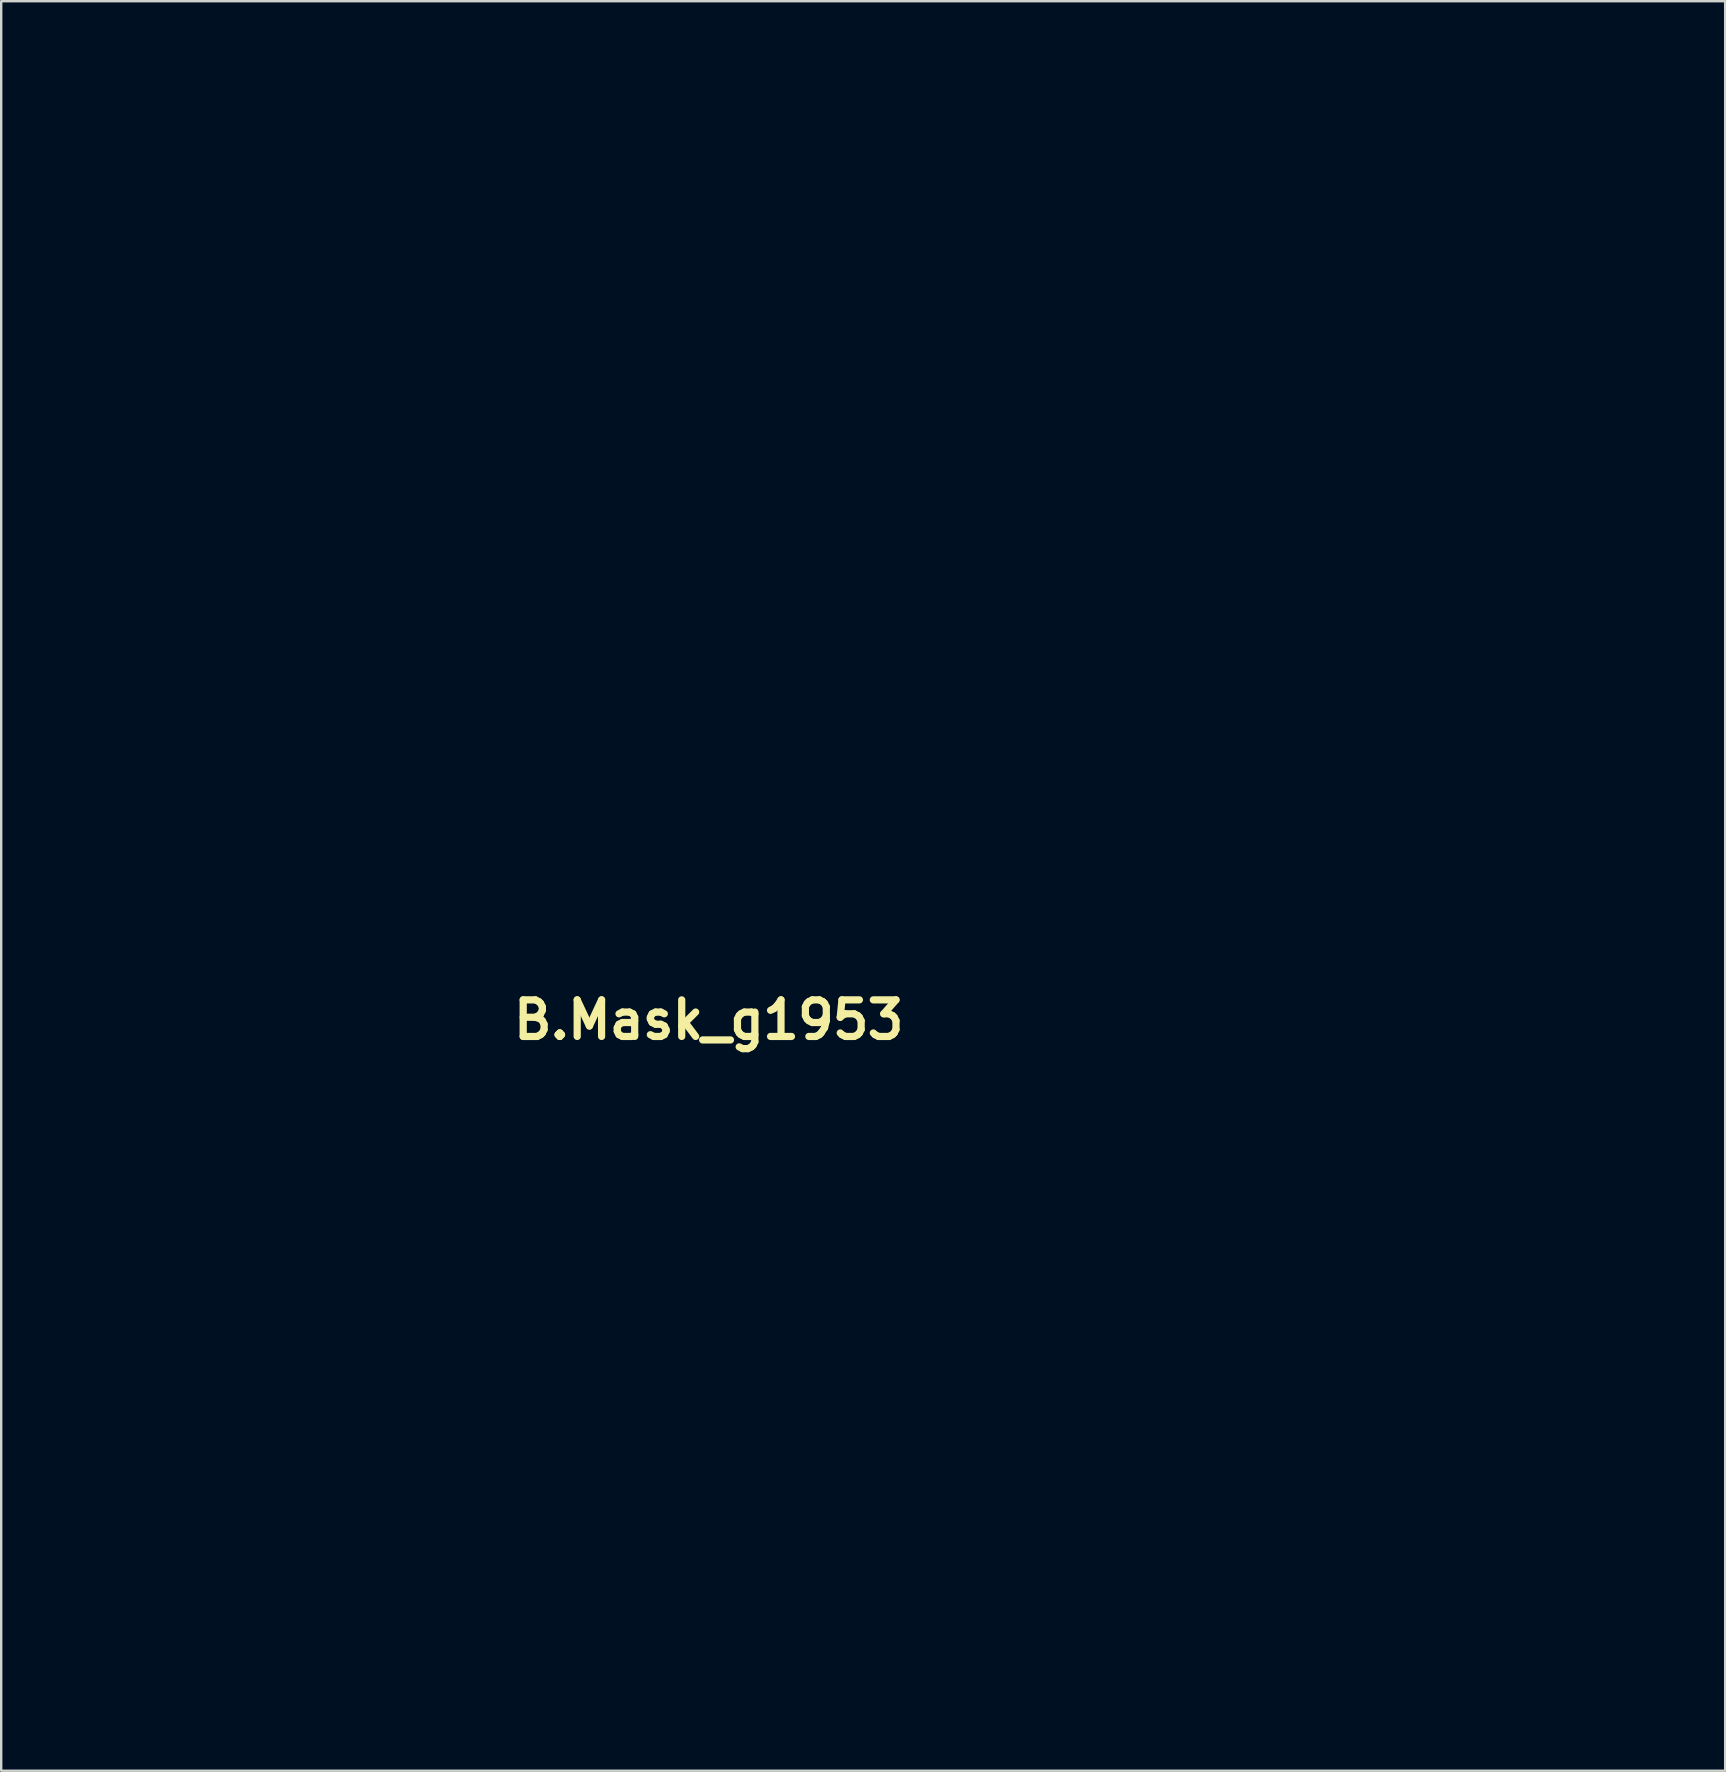
<source format=kicad_pcb>
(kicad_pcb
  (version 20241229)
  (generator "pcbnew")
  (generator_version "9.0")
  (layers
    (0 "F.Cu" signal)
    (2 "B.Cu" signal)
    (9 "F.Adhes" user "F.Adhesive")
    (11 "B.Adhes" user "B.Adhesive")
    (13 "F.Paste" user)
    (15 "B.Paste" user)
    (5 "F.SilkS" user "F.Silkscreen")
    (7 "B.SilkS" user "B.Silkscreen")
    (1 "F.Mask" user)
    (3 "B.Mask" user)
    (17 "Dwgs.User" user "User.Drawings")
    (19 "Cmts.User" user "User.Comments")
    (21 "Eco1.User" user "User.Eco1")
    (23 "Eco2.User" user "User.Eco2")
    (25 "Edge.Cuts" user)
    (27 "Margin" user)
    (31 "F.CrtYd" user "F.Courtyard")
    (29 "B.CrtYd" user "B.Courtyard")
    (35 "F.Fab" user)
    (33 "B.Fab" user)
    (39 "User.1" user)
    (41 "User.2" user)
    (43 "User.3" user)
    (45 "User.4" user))
  (footprint "B.Mask_g1953"
    (layer "F.Cu")
    (at 26.476 39.44)
    (property "Reference" "B.Mask_g1953" (at 0 0 0) (layer "F.SilkS") (effects (font (size 1.524 1.524) (thickness 0.3))))
    (attr through_hole)
    (fp_poly (pts (xy 8.66 -39.398) (xy 9.41 -39.222) (xy 9.44 -39.212) (xy 10.206 -38.87) (xy 11.028 -38.376) (xy 11.9 -37.735) (xy 12.816 -36.954) (xy 13.768 -36.039) (xy 14.752 -34.994) (xy 15.761 -33.826) (xy 16.789 -32.54) (xy 17.229 -31.962) (xy 17.724 -31.295) (xy 18.137 -30.724) (xy 18.495 -30.209) (xy 18.82 -29.715) (xy 19.137 -29.203) (xy 19.471 -28.635) (xy 19.847 -27.974) (xy 19.937 -27.813) (xy 20.234 -27.298) (xy 20.574 -26.732) (xy 20.918 -26.178) (xy 21.228 -25.699) (xy 21.275 -25.629) (xy 21.513 -25.272) (xy 21.71 -24.968) (xy 21.849 -24.745) (xy 21.915 -24.625) (xy 21.918 -24.613) (xy 21.831 -24.569) (xy 21.637 -24.471) (xy 21.395 -24.35) (xy 20.86 -23.99) (xy 20.419 -23.503) (xy 20.081 -22.905) (xy 19.855 -22.214) (xy 19.748 -21.45) (xy 19.748 -20.918) (xy 19.829 -20.219) (xy 20.002 -19.632) (xy 20.282 -19.121) (xy 20.556 -18.781) (xy 20.791 -18.485) (xy 21.022 -18.136) (xy 21.125 -17.949) (xy 21.406 -17.432) (xy 21.751 -16.877) (xy 22.173 -16.265) (xy 22.686 -15.575) (xy 23.304 -14.789) (xy 23.409 -14.658) (xy 24.09 -13.812) (xy 24.676 -13.081) (xy 25.179 -12.447) (xy 25.613 -11.893) (xy 25.989 -11.403) (xy 26.322 -10.961) (xy 26.623 -10.55) (xy 26.905 -10.152) (xy 27.182 -9.753) (xy 27.336 -9.525) (xy 28.316 -8.021) (xy 29.229 -6.508) (xy 30.092 -4.954) (xy 30.925 -3.323) (xy 31.744 -1.585) (xy 32.405 -0.085) (xy 32.632 0.451) (xy 32.866 1.014) (xy 33.099 1.583) (xy 33.322 2.133) (xy 33.524 2.642) (xy 33.697 3.088) (xy 33.832 3.446) (xy 33.92 3.694) (xy 33.951 3.809) (xy 33.915 3.854) (xy 33.794 3.895) (xy 33.572 3.934) (xy 33.234 3.972) (xy 32.762 4.013) (xy 32.14 4.058) (xy 32.004 4.067) (xy 31.141 4.141) (xy 30.437 4.234) (xy 29.884 4.348) (xy 29.472 4.486) (xy 29.375 4.532) (xy 29.1 4.722) (xy 28.782 5.013) (xy 28.461 5.361) (xy 28.181 5.721) (xy 27.982 6.047) (xy 27.981 6.05) (xy 27.734 6.649) (xy 27.586 7.261) (xy 27.523 7.946) (xy 27.518 8.213) (xy 27.598 9.275) (xy 27.839 10.285) (xy 28.24 11.24) (xy 28.798 12.135) (xy 29.337 12.785) (xy 29.562 13.035) (xy 29.855 13.374) (xy 30.178 13.756) (xy 30.494 14.137) (xy 30.495 14.139) (xy 30.731 14.424) (xy 31.059 14.812) (xy 31.459 15.28) (xy 31.911 15.805) (xy 32.394 16.364) (xy 32.89 16.934) (xy 33.148 17.23) (xy 34.156 18.392) (xy 35.05 19.448) (xy 35.835 20.406) (xy 36.519 21.276) (xy 37.111 22.07) (xy 37.615 22.796) (xy 38.041 23.465) (xy 38.395 24.086) (xy 38.685 24.671) (xy 38.916 25.227) (xy 38.918 25.231) (xy 39.094 25.762) (xy 39.227 26.29) (xy 39.312 26.777) (xy 39.342 27.189) (xy 39.311 27.49) (xy 39.296 27.538) (xy 39.172 27.711) (xy 39.013 27.77) (xy 38.873 27.704) (xy 38.822 27.61) (xy 38.736 27.47) (xy 38.562 27.267) (xy 38.372 27.076) (xy 37.79 26.616) (xy 37.066 26.182) (xy 36.225 25.784) (xy 35.294 25.431) (xy 34.299 25.133) (xy 33.266 24.899) (xy 32.222 24.74) (xy 32.018 24.719) (xy 30.933 24.674) (xy 29.894 24.751) (xy 28.92 24.948) (xy 28.033 25.257) (xy 27.251 25.676) (xy 26.918 25.916) (xy 26.699 26.088) (xy 26.165 25.565) (xy 25.471 24.96) (xy 24.786 24.515) (xy 24.093 24.224) (xy 23.376 24.079) (xy 22.702 24.069) (xy 22.243 24.119) (xy 21.733 24.209) (xy 21.282 24.318) (xy 21.271 24.322) (xy 20.571 24.529) (xy 20.278 24.131) (xy 19.738 23.503) (xy 19.162 23.039) (xy 18.555 22.74) (xy 17.922 22.606) (xy 17.268 22.638) (xy 16.597 22.837) (xy 15.916 23.205) (xy 15.798 23.285) (xy 15.508 23.483) (xy 15.324 23.586) (xy 15.217 23.603) (xy 15.159 23.541) (xy 15.133 23.461) (xy 15.001 23.26) (xy 14.741 23.093) (xy 14.396 22.985) (xy 14.274 22.966) (xy 14.085 22.953) (xy 13.932 22.977) (xy 13.772 23.058) (xy 13.562 23.217) (xy 13.354 23.391) (xy 13.066 23.62) (xy 12.802 23.781) (xy 12.521 23.886) (xy 12.184 23.947) (xy 11.75 23.976) (xy 11.309 23.984) (xy 10.891 23.966) (xy 10.542 23.894) (xy 10.201 23.764) (xy 9.83 23.619) (xy 9.403 23.483) (xy 9.123 23.409) (xy 8.688 23.301) (xy 8.355 23.186) (xy 8.059 23.036) (xy 7.732 22.824) (xy 7.668 22.779) (xy 7.404 22.609) (xy 7.166 22.513) (xy 6.879 22.465) (xy 6.671 22.45) (xy 6.224 22.448) (xy 5.804 22.502) (xy 5.365 22.625) (xy 4.858 22.828) (xy 4.572 22.959) (xy 3.903 23.241) (xy 3.197 23.476) (xy 2.499 23.654) (xy 1.86 23.761) (xy 1.439 23.788) (xy 1.127 23.775) (xy 0.81 23.732) (xy 0.461 23.651) (xy 0.051 23.522) (xy -0.448 23.339) (xy -1.065 23.093) (xy -1.228 23.027) (xy -1.617 22.878) (xy -1.94 22.792) (xy -2.276 22.751) (xy -2.625 22.741) (xy -3.008 22.745) (xy -3.292 22.775) (xy -3.547 22.845) (xy -3.841 22.969) (xy -3.918 23.005) (xy -4.509 23.362) (xy -4.976 23.765) (xy -5.461 24.253) (xy -6.816 24.255) (xy -7.331 24.257) (xy -7.71 24.265) (xy -7.986 24.283) (xy -8.191 24.314) (xy -8.359 24.362) (xy -8.522 24.432) (xy -8.594 24.467) (xy -9.113 24.803) (xy -9.567 25.272) (xy -9.971 25.888) (xy -10.037 26.012) (xy -10.378 26.666) (xy -10.84 26.284) (xy -11.465 25.836) (xy -12.072 25.545) (xy -12.676 25.412) (xy -13.293 25.435) (xy -13.937 25.614) (xy -14.625 25.95) (xy -15.019 26.196) (xy -15.721 26.663) (xy -16.391 26.374) (xy -17.181 26.071) (xy -17.876 25.895) (xy -18.494 25.848) (xy -19.054 25.932) (xy -19.576 26.151) (xy -20.08 26.506) (xy -20.5 26.909) (xy -21.04 27.485) (xy -22.352 27.681) (xy -22.938 27.771) (xy -23.615 27.876) (xy -24.306 27.987) (xy -24.935 28.09) (xy -25.047 28.108) (xy -25.587 28.195) (xy -25.979 28.25) (xy -26.244 28.275) (xy -26.401 28.271) (xy -26.467 28.241) (xy -26.471 28.234) (xy -26.446 28.13) (xy -26.352 27.896) (xy -26.2 27.556) (xy -26 27.128) (xy -25.762 26.636) (xy -25.496 26.099) (xy -25.214 25.538) (xy -24.924 24.976) (xy -24.638 24.432) (xy -24.366 23.929) (xy -24.36 23.918) (xy -23.438 22.296) (xy -22.471 20.702) (xy -21.484 19.173) (xy -20.501 17.746) (xy -19.875 16.891) (xy -19.322 16.165) (xy -18.831 15.541) (xy -18.369 14.981) (xy -17.904 14.448) (xy -17.403 13.902) (xy -16.833 13.306) (xy -16.772 13.242) (xy -16.146 12.575) (xy -15.639 11.978) (xy -15.23 11.423) (xy -14.898 10.884) (xy -14.643 10.377) (xy -14.336 9.532) (xy -14.174 8.69) (xy -14.152 7.868) (xy -14.264 7.082) (xy -14.506 6.349) (xy -14.871 5.686) (xy -15.355 5.109) (xy -15.953 4.635) (xy -16.546 4.326) (xy -16.856 4.219) (xy -17.286 4.101) (xy -17.792 3.98) (xy -18.333 3.865) (xy -18.863 3.765) (xy -19.34 3.689) (xy -19.719 3.647) (xy -19.864 3.641) (xy -20.04 3.599) (xy -20.116 3.525) (xy -20.102 3.388) (xy -20.016 3.118) (xy -19.901 2.824) (xy -9.374 2.824) (xy -9.359 3.007) (xy -9.32 3.252) (xy -9.255 3.424) (xy -9.13 3.574) (xy -8.91 3.755) (xy -8.821 3.823) (xy -8.544 4.045) (xy -8.293 4.267) (xy -8.136 4.428) (xy -7.95 4.611) (xy -7.689 4.825) (xy -7.504 4.959) (xy -7.246 5.164) (xy -7.035 5.387) (xy -6.945 5.524) (xy -6.82 5.72) (xy -6.646 5.806) (xy -6.504 5.826) (xy -6.27 5.874) (xy -6.105 5.96) (xy -6.092 5.974) (xy -5.935 6.057) (xy -5.671 6.095) (xy -5.617 6.096) (xy -5.426 6.111) (xy -5.228 6.165) (xy -4.988 6.276) (xy -4.669 6.457) (xy -4.396 6.625) (xy -4.039 6.851) (xy -3.714 7.062) (xy -3.462 7.233) (xy -3.331 7.327) (xy -3.113 7.501) (xy -3.216 8.707) (xy -3.25 9.17) (xy -3.27 9.599) (xy -3.275 9.952) (xy -3.264 10.189) (xy -3.259 10.227) (xy -3.221 10.492) (xy -3.19 10.833) (xy -3.178 11.051) (xy -3.127 11.481) (xy -3.011 12.011) (xy -2.847 12.593) (xy -2.648 13.176) (xy -2.429 13.713) (xy -2.255 14.068) (xy -2.015 14.45) (xy -1.696 14.873) (xy -1.33 15.304) (xy -0.946 15.711) (xy -0.573 16.062) (xy -0.242 16.325) (xy -0.058 16.436) (xy 0.142 16.543) (xy 0.267 16.656) (xy 0.352 16.824) (xy 0.431 17.098) (xy 0.451 17.176) (xy 0.536 17.571) (xy 0.61 17.996) (xy 0.644 18.259) (xy 0.668 18.548) (xy 0.66 18.718) (xy 0.606 18.814) (xy 0.497 18.886) (xy 0.216 19.094) (xy 0.102 19.33) (xy 0.155 19.594) (xy 0.261 19.76) (xy 0.438 19.985) (xy 0.24 20.149) (xy 0.082 20.267) (xy -0.018 20.317) (xy -0.112 20.386) (xy -0.262 20.561) (xy -0.439 20.8) (xy -0.614 21.063) (xy -0.758 21.307) (xy -0.843 21.492) (xy -0.846 21.504) (xy -0.86 21.835) (xy -0.742 22.193) (xy -0.518 22.538) (xy -0.212 22.832) (xy 0.15 23.038) (xy 0.158 23.041) (xy 0.796 23.198) (xy 1.526 23.222) (xy 2.337 23.113) (xy 3.218 22.874) (xy 4.155 22.507) (xy 4.465 22.357) (xy 4.663 22.221) (xy 4.8 22.056) (xy 4.9 21.872) (xy 5.028 21.44) (xy 5.025 20.987) (xy 4.893 20.574) (xy 4.852 20.502) (xy 4.78 20.359) (xy 4.801 20.244) (xy 4.931 20.089) (xy 4.945 20.074) (xy 5.112 19.861) (xy 5.149 19.672) (xy 5.056 19.453) (xy 4.959 19.312) (xy 4.824 19.068) (xy 4.825 18.86) (xy 4.971 18.667) (xy 5.272 18.467) (xy 5.343 18.429) (xy 5.659 18.283) (xy 5.919 18.222) (xy 6.198 18.225) (xy 6.471 18.285) (xy 6.78 18.403) (xy 7.081 18.557) (xy 7.335 18.723) (xy 7.497 18.878) (xy 7.535 18.968) (xy 7.477 19.117) (xy 7.337 19.292) (xy 7.324 19.304) (xy 7.148 19.569) (xy 7.131 19.866) (xy 7.276 20.167) (xy 7.283 20.176) (xy 7.454 20.393) (xy 7.23 20.618) (xy 7.096 20.774) (xy 7.04 20.929) (xy 7.044 21.155) (xy 7.055 21.264) (xy 7.122 21.58) (xy 7.23 21.875) (xy 7.277 21.963) (xy 7.492 22.205) (xy 7.825 22.454) (xy 8.227 22.682) (xy 8.649 22.862) (xy 8.955 22.949) (xy 9.322 23.046) (xy 9.704 23.178) (xy 9.861 23.244) (xy 10.341 23.391) (xy 10.901 23.448) (xy 11.476 23.409) (xy 11.731 23.358) (xy 12.135 23.186) (xy 12.442 22.892) (xy 12.665 22.463) (xy 12.737 22.232) (xy 12.823 21.705) (xy 12.768 21.254) (xy 12.568 20.853) (xy 12.504 20.768) (xy 12.261 20.397) (xy 12.159 20.038) (xy 12.167 19.74) (xy 12.165 19.385) (xy 12.074 19.067) (xy 11.914 18.84) (xy 11.845 18.792) (xy 11.684 18.615) (xy 11.618 18.331) (xy 11.644 17.969) (xy 11.76 17.558) (xy 11.96 17.129) (xy 12.043 16.99) (xy 12.412 16.453) (xy 12.76 16.05) (xy 13.116 15.75) (xy 13.483 15.536) (xy 13.744 15.395) (xy 13.974 15.229) (xy 14.192 15.016) (xy 14.416 14.732) (xy 14.667 14.354) (xy 14.964 13.858) (xy 15.13 13.569) (xy 15.447 12.993) (xy 15.68 12.512) (xy 15.841 12.084) (xy 15.942 11.665) (xy 15.995 11.211) (xy 16.012 10.678) (xy 16.012 10.429) (xy 16.006 10.007) (xy 15.997 9.648) (xy 15.985 9.385) (xy 15.971 9.251) (xy 15.968 9.242) (xy 15.951 9.138) (xy 15.932 8.903) (xy 15.916 8.578) (xy 15.907 8.339) (xy 15.882 7.493) (xy 16.34 7.218) (xy 16.732 7.023) (xy 17.074 6.946) (xy 17.156 6.943) (xy 17.493 6.892) (xy 17.775 6.722) (xy 18.01 6.569) (xy 18.215 6.547) (xy 18.244 6.554) (xy 18.45 6.557) (xy 18.719 6.503) (xy 18.814 6.472) (xy 19.095 6.378) (xy 19.453 6.27) (xy 19.738 6.191) (xy 20.162 6.064) (xy 20.457 5.925) (xy 20.661 5.744) (xy 20.814 5.492) (xy 20.898 5.292) (xy 21.041 4.82) (xy 21.067 4.41) (xy 20.973 4) (xy 20.823 3.658) (xy 20.555 3.225) (xy 20.246 2.942) (xy 19.871 2.793) (xy 19.497 2.758) (xy 19.05 2.758) (xy 19.05 2.475) (xy 18.995 2.132) (xy 18.848 1.833) (xy 18.639 1.616) (xy 18.396 1.525) (xy 18.373 1.524) (xy 18.269 1.579) (xy 18.082 1.723) (xy 17.853 1.926) (xy 17.83 1.947) (xy 17.586 2.169) (xy 17.406 2.296) (xy 17.235 2.355) (xy 17.019 2.37) (xy 16.951 2.371) (xy 16.633 2.395) (xy 16.404 2.484) (xy 16.283 2.574) (xy 16.047 2.777) (xy 15.821 1.859) (xy 15.692 1.397) (xy 15.533 0.914) (xy 15.368 0.483) (xy 15.284 0.294) (xy 15.134 -0.023) (xy 15.05 -0.233) (xy 15.023 -0.384) (xy 15.045 -0.521) (xy 15.107 -0.686) (xy 15.221 -1.036) (xy 15.237 -1.318) (xy 15.141 -1.577) (xy 14.923 -1.86) (xy 14.766 -2.024) (xy 14.53 -2.268) (xy 14.338 -2.481) (xy 14.225 -2.625) (xy 14.216 -2.64) (xy 14.146 -2.932) (xy 14.177 -3.348) (xy 14.31 -3.877) (xy 14.315 -3.895) (xy 14.426 -4.364) (xy 14.506 -4.958) (xy 14.538 -5.401) (xy 14.563 -5.823) (xy 14.59 -6.1) (xy 14.624 -6.26) (xy 14.67 -6.327) (xy 14.716 -6.333) (xy 14.813 -6.231) (xy 14.908 -5.962) (xy 14.964 -5.715) (xy 15.084 -5.234) (xy 15.236 -4.877) (xy 15.447 -4.601) (xy 15.721 -4.373) (xy 16.156 -4.157) (xy 16.599 -4.091) (xy 17.024 -4.161) (xy 17.405 -4.351) (xy 17.715 -4.647) (xy 17.929 -5.033) (xy 18.021 -5.494) (xy 18.017 -5.709) (xy 17.9 -6.213) (xy 17.648 -6.62) (xy 17.276 -6.918) (xy 16.793 -7.095) (xy 16.557 -7.131) (xy 16.444 -7.157) (xy 16.334 -7.227) (xy 16.206 -7.364) (xy 16.041 -7.591) (xy 15.818 -7.932) (xy 15.7 -8.119) (xy 15.277 -8.732) (xy 14.787 -9.344) (xy 14.263 -9.92) (xy 13.739 -10.424) (xy 13.249 -10.818) (xy 13.166 -10.875) (xy 12.311 -11.371) (xy 11.318 -11.811) (xy 10.174 -12.199) (xy 10.16 -12.204) (xy 8.932 -12.569) (xy 7.197 -12.566) (xy 6.603 -12.565) (xy 6.147 -12.559) (xy 5.796 -12.546) (xy 5.518 -12.522) (xy 5.282 -12.486) (xy 5.054 -12.434) (xy 4.804 -12.362) (xy 4.704 -12.331) (xy 3.765 -12.007) (xy 2.969 -11.651) (xy 2.289 -11.244) (xy 1.697 -10.771) (xy 1.168 -10.214) (xy 0.956 -9.948) (xy 0.731 -9.632) (xy 0.5 -9.269) (xy 0.277 -8.891) (xy 0.079 -8.526) (xy -0.078 -8.205) (xy -0.179 -7.956) (xy -0.208 -7.809) (xy -0.199 -7.787) (xy -0.074 -7.721) (xy 0.137 -7.649) (xy 0.169 -7.641) (xy 0.466 -7.564) (xy 0.032 -7.342) (xy -0.418 -7.04) (xy -0.812 -6.642) (xy -1.107 -6.195) (xy -1.228 -5.899) (xy -1.334 -5.349) (xy -1.339 -4.791) (xy -1.25 -4.266) (xy -1.074 -3.817) (xy -0.879 -3.546) (xy -0.736 -3.384) (xy -0.702 -3.281) (xy -0.764 -3.178) (xy -0.79 -3.149) (xy -0.895 -2.925) (xy -0.931 -2.597) (xy -0.946 -2.346) (xy -1.014 -2.167) (xy -1.169 -1.988) (xy -1.266 -1.898) (xy -1.466 -1.699) (xy -1.609 -1.522) (xy -1.648 -1.449) (xy -1.644 -1.3) (xy -1.59 -1.046) (xy -1.498 -0.741) (xy -1.49 -0.718) (xy -1.286 -0.134) (xy -1.638 0.257) (xy -2.034 0.758) (xy -2.305 1.258) (xy -2.478 1.815) (xy -2.557 2.305) (xy -2.601 2.651) (xy -2.641 2.927) (xy -2.671 3.094) (xy -2.681 3.126) (xy -2.747 3.088) (xy -2.885 2.953) (xy -2.999 2.825) (xy -3.244 2.589) (xy -3.526 2.388) (xy -3.633 2.332) (xy -3.883 2.184) (xy -3.977 2.031) (xy -3.979 2.005) (xy -4.052 1.753) (xy -4.262 1.591) (xy -4.603 1.525) (xy -4.668 1.524) (xy -4.878 1.523) (xy -5.007 1.496) (xy -5.085 1.409) (xy -5.14 1.229) (xy -5.202 0.921) (xy -5.209 0.887) (xy -5.318 0.651) (xy -5.514 0.451) (xy -5.736 0.345) (xy -5.794 0.339) (xy -5.982 0.409) (xy -6.21 0.596) (xy -6.44 0.867) (xy -6.572 1.066) (xy -6.649 1.174) (xy -6.728 1.166) (xy -6.844 1.069) (xy -7.149 0.905) (xy -7.536 0.862) (xy -7.972 0.941) (xy -8.259 1.057) (xy -8.745 1.378) (xy -9.1 1.792) (xy -9.313 2.28) (xy -9.374 2.824) (xy -19.901 2.824) (xy -19.865 2.732) (xy -19.658 2.246) (xy -19.402 1.677) (xy -19.106 1.041) (xy -18.778 0.355) (xy -18.425 -0.366) (xy -18.055 -1.104) (xy -17.677 -1.844) (xy -17.299 -2.568) (xy -16.928 -3.261) (xy -16.572 -3.906) (xy -16.24 -4.487) (xy -16.09 -4.741) (xy -15.105 -6.32) (xy -14.002 -7.976) (xy -12.797 -9.688) (xy -11.505 -11.43) (xy -10.623 -12.574) (xy -10.292 -12.998) (xy -9.969 -13.414) (xy -9.681 -13.786) (xy -9.454 -14.083) (xy -9.346 -14.225) (xy -9.155 -14.467) (xy -8.885 -14.795) (xy -8.57 -15.165) (xy -8.245 -15.539) (xy -8.209 -15.579) (xy -7.607 -16.278) (xy -7.119 -16.893) (xy -6.733 -17.446) (xy -6.434 -17.962) (xy -6.207 -18.464) (xy -6.038 -18.975) (xy -5.961 -19.285) (xy -5.858 -20.028) (xy -5.865 -20.793) (xy -5.974 -21.54) (xy -6.18 -22.231) (xy -6.475 -22.825) (xy -6.593 -22.996) (xy -6.828 -23.261) (xy -7.126 -23.534) (xy -7.438 -23.775) (xy -7.712 -23.941) (xy -7.802 -23.979) (xy -7.799 -24.058) (xy -7.701 -24.248) (xy -7.52 -24.53) (xy -7.351 -24.77) (xy -7.159 -25.036) (xy -6.889 -25.416) (xy -6.558 -25.884) (xy -6.184 -26.414) (xy -5.785 -26.982) (xy -5.38 -27.561) (xy -5.293 -27.686) (xy -4.469 -28.86) (xy -3.724 -29.905) (xy -3.047 -30.837) (xy -2.425 -31.67) (xy -1.847 -32.419) (xy -1.302 -33.099) (xy -0.777 -33.724) (xy -0.262 -34.309) (xy 0.256 -34.87) (xy 0.788 -35.419) (xy 0.931 -35.563) (xy 1.58 -36.201) (xy 2.151 -36.732) (xy 2.673 -37.181) (xy 3.175 -37.571) (xy 3.686 -37.927) (xy 4.221 -38.262) (xy 5.138 -38.746) (xy 6.059 -39.106) (xy 6.966 -39.336) (xy 7.839 -39.435) (xy 8.66 -39.398)) (stroke (width 0.01) (type solid)) (fill yes) (layer "B.Mask")))
  (gr_rect
    (start -3 -3)
    (end 68.823 70.72)
    (stroke (width 0.1) (type default))
    (fill no)
    (layer "Edge.Cuts")))
</source>
